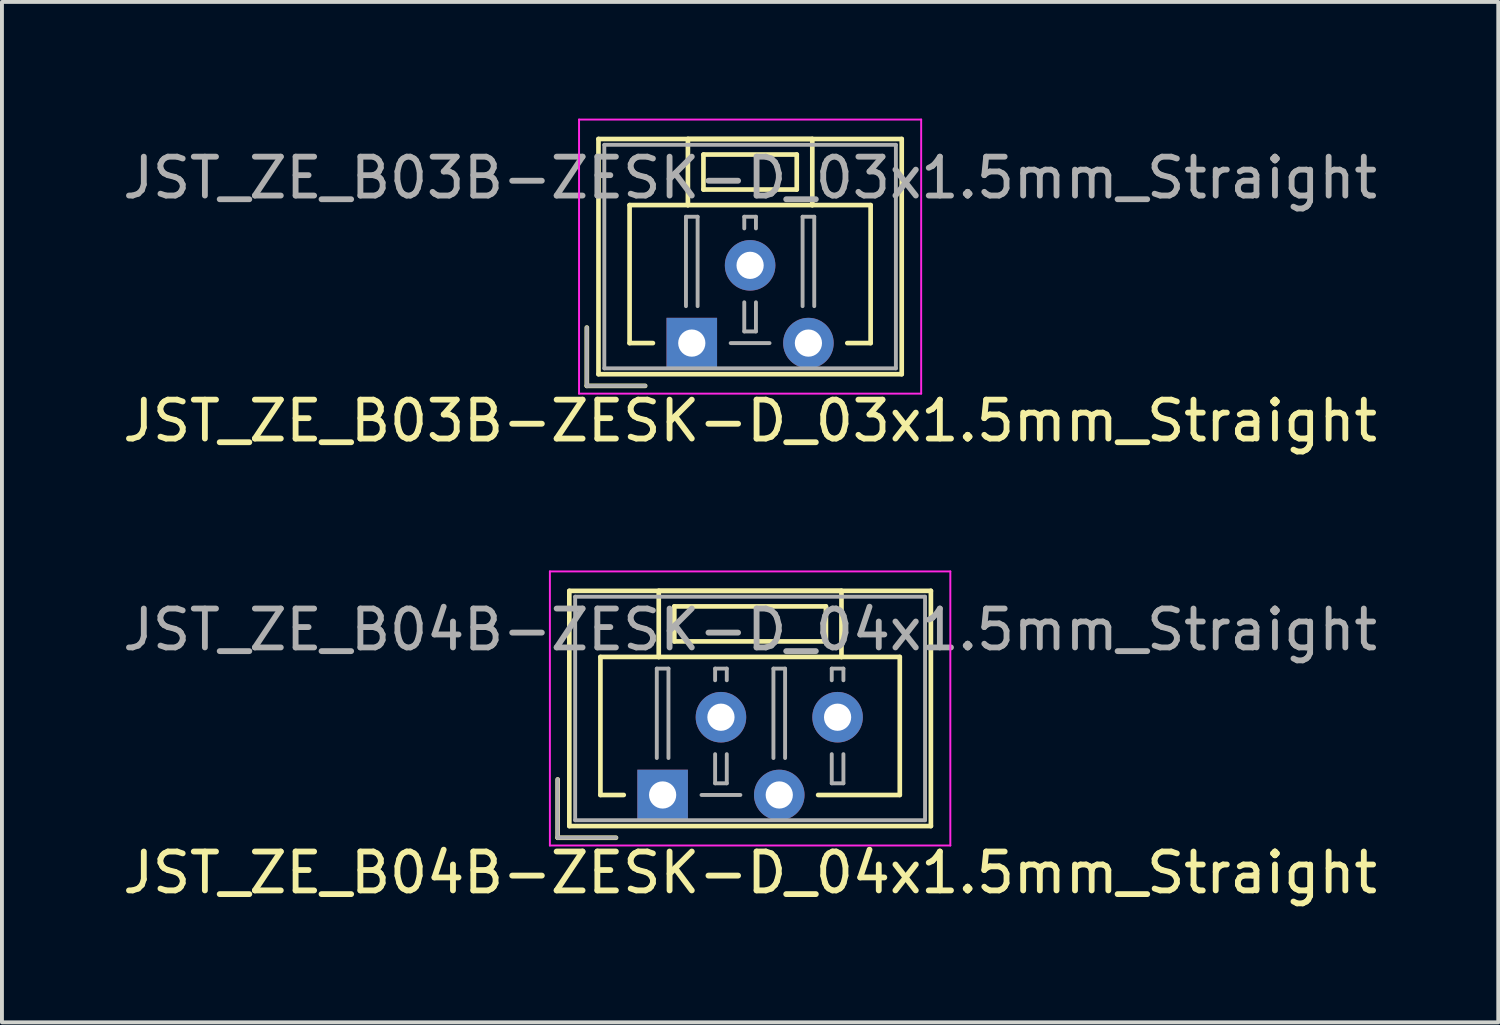
<source format=kicad_pcb>
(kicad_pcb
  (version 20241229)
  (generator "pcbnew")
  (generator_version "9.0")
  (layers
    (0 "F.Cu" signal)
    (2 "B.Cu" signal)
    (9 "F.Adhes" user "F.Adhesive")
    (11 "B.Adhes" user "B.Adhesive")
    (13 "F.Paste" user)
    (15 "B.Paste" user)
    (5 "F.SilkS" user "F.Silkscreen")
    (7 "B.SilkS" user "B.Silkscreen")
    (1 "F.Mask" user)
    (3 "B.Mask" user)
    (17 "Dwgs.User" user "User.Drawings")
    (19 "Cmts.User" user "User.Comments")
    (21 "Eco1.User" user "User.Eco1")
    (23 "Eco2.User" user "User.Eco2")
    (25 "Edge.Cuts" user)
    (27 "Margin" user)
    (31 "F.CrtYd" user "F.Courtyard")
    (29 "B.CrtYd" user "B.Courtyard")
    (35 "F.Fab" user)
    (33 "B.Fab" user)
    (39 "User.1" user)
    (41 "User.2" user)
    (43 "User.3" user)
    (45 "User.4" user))
  (footprint "JST_ZE_B03B-ZESK-D_03x1.5mm_Straight"
    (layer "F.Cu")
    (at 14.744 5.775)
    (property "Reference" "JST_ZE_B03B-ZESK-D_03x1.5mm_Straight" (at 1.5 2 0) (layer "F.SilkS") (effects (font (size 1 1) (thickness 0.15))))
    (attr through_hole)
    (fp_line (start -2.7 -0.4) (end -2.7 1.1) (stroke (width 0.12) (type solid)) (layer "F.SilkS"))
    (fp_line (start -2.7 1.1) (end -1.2 1.1) (stroke (width 0.12) (type solid)) (layer "F.SilkS"))
    (fp_line (start -2.4 -5.25) (end -2.4 0.8) (stroke (width 0.12) (type solid)) (layer "F.SilkS"))
    (fp_line (start -2.4 0.8) (end 5.4 0.8) (stroke (width 0.12) (type solid)) (layer "F.SilkS"))
    (fp_line (start -1.6 -3.55) (end -1.6 0) (stroke (width 0.12) (type solid)) (layer "F.SilkS"))
    (fp_line (start -1.6 0) (end -1 0) (stroke (width 0.12) (type solid)) (layer "F.SilkS"))
    (fp_line (start -0.1 -5.25) (end -0.1 -3.55) (stroke (width 0.12) (type solid)) (layer "F.SilkS"))
    (fp_line (start -0.1 -3.55) (end -1.6 -3.55) (stroke (width 0.12) (type solid)) (layer "F.SilkS"))
    (fp_line (start -0.1 -3.55) (end 3.1 -3.55) (stroke (width 0.12) (type solid)) (layer "F.SilkS"))
    (fp_line (start 0.3 -4.85) (end 0.3 -3.95) (stroke (width 0.12) (type solid)) (layer "F.SilkS"))
    (fp_line (start 0.3 -3.95) (end 2.7 -3.95) (stroke (width 0.12) (type solid)) (layer "F.SilkS"))
    (fp_line (start 2.7 -4.85) (end 0.3 -4.85) (stroke (width 0.12) (type solid)) (layer "F.SilkS"))
    (fp_line (start 2.7 -3.95) (end 2.7 -4.85) (stroke (width 0.12) (type solid)) (layer "F.SilkS"))
    (fp_line (start 3.1 -5.25) (end -0.1 -5.25) (stroke (width 0.12) (type solid)) (layer "F.SilkS"))
    (fp_line (start 3.1 -3.55) (end 3.1 -5.25) (stroke (width 0.12) (type solid)) (layer "F.SilkS"))
    (fp_line (start 3.1 -3.55) (end 4.6 -3.55) (stroke (width 0.12) (type solid)) (layer "F.SilkS"))
    (fp_line (start 4.6 -3.55) (end 4.6 0) (stroke (width 0.12) (type solid)) (layer "F.SilkS"))
    (fp_line (start 4.6 0) (end 4 0) (stroke (width 0.12) (type solid)) (layer "F.SilkS"))
    (fp_line (start 5.4 -5.25) (end -2.4 -5.25) (stroke (width 0.12) (type solid)) (layer "F.SilkS"))
    (fp_line (start 5.4 0.8) (end 5.4 -5.25) (stroke (width 0.12) (type solid)) (layer "F.SilkS"))
    (fp_line (start -2.9 -5.75) (end -2.9 1.3) (stroke (width 0.05) (type solid)) (layer "F.CrtYd"))
    (fp_line (start -2.9 1.3) (end 5.9 1.3) (stroke (width 0.05) (type solid)) (layer "F.CrtYd"))
    (fp_line (start 5.9 -5.75) (end -2.9 -5.75) (stroke (width 0.05) (type solid)) (layer "F.CrtYd"))
    (fp_line (start 5.9 1.3) (end 5.9 -5.75) (stroke (width 0.05) (type solid)) (layer "F.CrtYd"))
    (fp_line (start -2.7 -0.4) (end -2.7 1.1) (stroke (width 0.1) (type solid)) (layer "F.Fab"))
    (fp_line (start -2.7 1.1) (end -1.2 1.1) (stroke (width 0.1) (type solid)) (layer "F.Fab"))
    (fp_line (start -2.25 -5.1) (end -2.25 0.65) (stroke (width 0.1) (type solid)) (layer "F.Fab"))
    (fp_line (start -2.25 0.65) (end 5.25 0.65) (stroke (width 0.1) (type solid)) (layer "F.Fab"))
    (fp_line (start -0.15 -3.25) (end 0.15 -3.25) (stroke (width 0.1) (type solid)) (layer "F.Fab"))
    (fp_line (start -0.15 -0.95) (end -0.15 -3.25) (stroke (width 0.1) (type solid)) (layer "F.Fab"))
    (fp_line (start 0.15 -3.25) (end 0.15 -0.95) (stroke (width 0.1) (type solid)) (layer "F.Fab"))
    (fp_line (start 1 0) (end 2 0) (stroke (width 0.1) (type solid)) (layer "F.Fab"))
    (fp_line (start 1.35 -3.25) (end 1.65 -3.25) (stroke (width 0.1) (type solid)) (layer "F.Fab"))
    (fp_line (start 1.35 -2.95) (end 1.35 -3.25) (stroke (width 0.1) (type solid)) (layer "F.Fab"))
    (fp_line (start 1.35 -1.05) (end 1.35 -0.3) (stroke (width 0.1) (type solid)) (layer "F.Fab"))
    (fp_line (start 1.35 -0.3) (end 1.65 -0.3) (stroke (width 0.1) (type solid)) (layer "F.Fab"))
    (fp_line (start 1.65 -3.25) (end 1.65 -2.95) (stroke (width 0.1) (type solid)) (layer "F.Fab"))
    (fp_line (start 1.65 -0.3) (end 1.65 -1.05) (stroke (width 0.1) (type solid)) (layer "F.Fab"))
    (fp_line (start 2.85 -3.25) (end 3.15 -3.25) (stroke (width 0.1) (type solid)) (layer "F.Fab"))
    (fp_line (start 2.85 -0.95) (end 2.85 -3.25) (stroke (width 0.1) (type solid)) (layer "F.Fab"))
    (fp_line (start 3.15 -3.25) (end 3.15 -0.95) (stroke (width 0.1) (type solid)) (layer "F.Fab"))
    (fp_line (start 5.25 -5.1) (end -2.25 -5.1) (stroke (width 0.1) (type solid)) (layer "F.Fab"))
    (fp_line (start 5.25 0.65) (end 5.25 -5.1) (stroke (width 0.1) (type solid)) (layer "F.Fab"))
    (fp_text user "${REFERENCE}" (at 1.5 -4.25 0) (layer "F.Fab") (effects (font (size 1 1) (thickness 0.15))))
    (pad "1" thru_hole rect (at 0 0) (size 1.3 1.3) (drill 0.7) (layers "*.Cu" "*.Mask"))
    (pad "2" thru_hole circle (at 1.5 -2) (size 1.3 1.3) (drill 0.7) (layers "*.Cu" "*.Mask"))
    (pad "3" thru_hole circle (at 3 0) (size 1.3 1.3) (drill 0.7) (layers "*.Cu" "*.Mask")))
  (footprint "JST_ZE_B04B-ZESK-D_04x1.5mm_Straight"
    (layer "F.Cu")
    (at 13.994 17.398)
    (property "Reference" "JST_ZE_B04B-ZESK-D_04x1.5mm_Straight" (at 2.25 2 0) (layer "F.SilkS") (effects (font (size 1 1) (thickness 0.15))))
    (attr through_hole)
    (fp_line (start -2.7 -0.4) (end -2.7 1.1) (stroke (width 0.12) (type solid)) (layer "F.SilkS"))
    (fp_line (start -2.7 1.1) (end -1.2 1.1) (stroke (width 0.12) (type solid)) (layer "F.SilkS"))
    (fp_line (start -2.4 -5.25) (end -2.4 0.8) (stroke (width 0.12) (type solid)) (layer "F.SilkS"))
    (fp_line (start -2.4 0.8) (end 6.9 0.8) (stroke (width 0.12) (type solid)) (layer "F.SilkS"))
    (fp_line (start -1.6 -3.55) (end -1.6 0) (stroke (width 0.12) (type solid)) (layer "F.SilkS"))
    (fp_line (start -1.6 0) (end -1 0) (stroke (width 0.12) (type solid)) (layer "F.SilkS"))
    (fp_line (start -0.1 -5.25) (end -0.1 -3.55) (stroke (width 0.12) (type solid)) (layer "F.SilkS"))
    (fp_line (start -0.1 -3.55) (end -1.6 -3.55) (stroke (width 0.12) (type solid)) (layer "F.SilkS"))
    (fp_line (start -0.1 -3.55) (end 4.6 -3.55) (stroke (width 0.12) (type solid)) (layer "F.SilkS"))
    (fp_line (start 0.3 -4.85) (end 0.3 -3.95) (stroke (width 0.12) (type solid)) (layer "F.SilkS"))
    (fp_line (start 0.3 -3.95) (end 4.2 -3.95) (stroke (width 0.12) (type solid)) (layer "F.SilkS"))
    (fp_line (start 4.2 -4.85) (end 0.3 -4.85) (stroke (width 0.12) (type solid)) (layer "F.SilkS"))
    (fp_line (start 4.2 -3.95) (end 4.2 -4.85) (stroke (width 0.12) (type solid)) (layer "F.SilkS"))
    (fp_line (start 4.6 -5.25) (end -0.1 -5.25) (stroke (width 0.12) (type solid)) (layer "F.SilkS"))
    (fp_line (start 4.6 -3.55) (end 4.6 -5.25) (stroke (width 0.12) (type solid)) (layer "F.SilkS"))
    (fp_line (start 4.6 -3.55) (end 6.1 -3.55) (stroke (width 0.12) (type solid)) (layer "F.SilkS"))
    (fp_line (start 6.1 -3.55) (end 6.1 0) (stroke (width 0.12) (type solid)) (layer "F.SilkS"))
    (fp_line (start 6.1 0) (end 4 0) (stroke (width 0.12) (type solid)) (layer "F.SilkS"))
    (fp_line (start 6.9 -5.25) (end -2.4 -5.25) (stroke (width 0.12) (type solid)) (layer "F.SilkS"))
    (fp_line (start 6.9 0.8) (end 6.9 -5.25) (stroke (width 0.12) (type solid)) (layer "F.SilkS"))
    (fp_line (start -2.9 -5.75) (end -2.9 1.3) (stroke (width 0.05) (type solid)) (layer "F.CrtYd"))
    (fp_line (start -2.9 1.3) (end 7.4 1.3) (stroke (width 0.05) (type solid)) (layer "F.CrtYd"))
    (fp_line (start 7.4 -5.75) (end -2.9 -5.75) (stroke (width 0.05) (type solid)) (layer "F.CrtYd"))
    (fp_line (start 7.4 1.3) (end 7.4 -5.75) (stroke (width 0.05) (type solid)) (layer "F.CrtYd"))
    (fp_line (start -2.7 -0.4) (end -2.7 1.1) (stroke (width 0.1) (type solid)) (layer "F.Fab"))
    (fp_line (start -2.7 1.1) (end -1.2 1.1) (stroke (width 0.1) (type solid)) (layer "F.Fab"))
    (fp_line (start -2.25 -5.1) (end -2.25 0.65) (stroke (width 0.1) (type solid)) (layer "F.Fab"))
    (fp_line (start -2.25 0.65) (end 6.75 0.65) (stroke (width 0.1) (type solid)) (layer "F.Fab"))
    (fp_line (start -0.15 -3.25) (end 0.15 -3.25) (stroke (width 0.1) (type solid)) (layer "F.Fab"))
    (fp_line (start -0.15 -0.95) (end -0.15 -3.25) (stroke (width 0.1) (type solid)) (layer "F.Fab"))
    (fp_line (start 0.15 -3.25) (end 0.15 -0.95) (stroke (width 0.1) (type solid)) (layer "F.Fab"))
    (fp_line (start 1 0) (end 2 0) (stroke (width 0.1) (type solid)) (layer "F.Fab"))
    (fp_line (start 1.35 -3.25) (end 1.65 -3.25) (stroke (width 0.1) (type solid)) (layer "F.Fab"))
    (fp_line (start 1.35 -2.95) (end 1.35 -3.25) (stroke (width 0.1) (type solid)) (layer "F.Fab"))
    (fp_line (start 1.35 -1.05) (end 1.35 -0.3) (stroke (width 0.1) (type solid)) (layer "F.Fab"))
    (fp_line (start 1.35 -0.3) (end 1.65 -0.3) (stroke (width 0.1) (type solid)) (layer "F.Fab"))
    (fp_line (start 1.65 -3.25) (end 1.65 -2.95) (stroke (width 0.1) (type solid)) (layer "F.Fab"))
    (fp_line (start 1.65 -0.3) (end 1.65 -1.05) (stroke (width 0.1) (type solid)) (layer "F.Fab"))
    (fp_line (start 2.85 -3.25) (end 3.15 -3.25) (stroke (width 0.1) (type solid)) (layer "F.Fab"))
    (fp_line (start 2.85 -0.95) (end 2.85 -3.25) (stroke (width 0.1) (type solid)) (layer "F.Fab"))
    (fp_line (start 3.15 -3.25) (end 3.15 -0.95) (stroke (width 0.1) (type solid)) (layer "F.Fab"))
    (fp_line (start 4.35 -3.25) (end 4.65 -3.25) (stroke (width 0.1) (type solid)) (layer "F.Fab"))
    (fp_line (start 4.35 -2.95) (end 4.35 -3.25) (stroke (width 0.1) (type solid)) (layer "F.Fab"))
    (fp_line (start 4.35 -1.05) (end 4.35 -0.3) (stroke (width 0.1) (type solid)) (layer "F.Fab"))
    (fp_line (start 4.35 -0.3) (end 4.65 -0.3) (stroke (width 0.1) (type solid)) (layer "F.Fab"))
    (fp_line (start 4.65 -3.25) (end 4.65 -2.95) (stroke (width 0.1) (type solid)) (layer "F.Fab"))
    (fp_line (start 4.65 -0.3) (end 4.65 -1.05) (stroke (width 0.1) (type solid)) (layer "F.Fab"))
    (fp_line (start 6.75 -5.1) (end -2.25 -5.1) (stroke (width 0.1) (type solid)) (layer "F.Fab"))
    (fp_line (start 6.75 0.65) (end 6.75 -5.1) (stroke (width 0.1) (type solid)) (layer "F.Fab"))
    (fp_text user "${REFERENCE}" (at 2.25 -4.25 0) (layer "F.Fab") (effects (font (size 1 1) (thickness 0.15))))
    (pad "1" thru_hole rect (at 0 0) (size 1.3 1.3) (drill 0.7) (layers "*.Cu" "*.Mask"))
    (pad "2" thru_hole circle (at 1.5 -2) (size 1.3 1.3) (drill 0.7) (layers "*.Cu" "*.Mask"))
    (pad "3" thru_hole circle (at 3 0) (size 1.3 1.3) (drill 0.7) (layers "*.Cu" "*.Mask"))
    (pad "4" thru_hole circle (at 4.5 -2) (size 1.3 1.3) (drill 0.7) (layers "*.Cu" "*.Mask")))
  (gr_rect
    (start -3 -3)
    (end 35.488 23.247)
    (stroke (width 0.1) (type default))
    (fill no)
    (layer "Edge.Cuts")))
</source>
